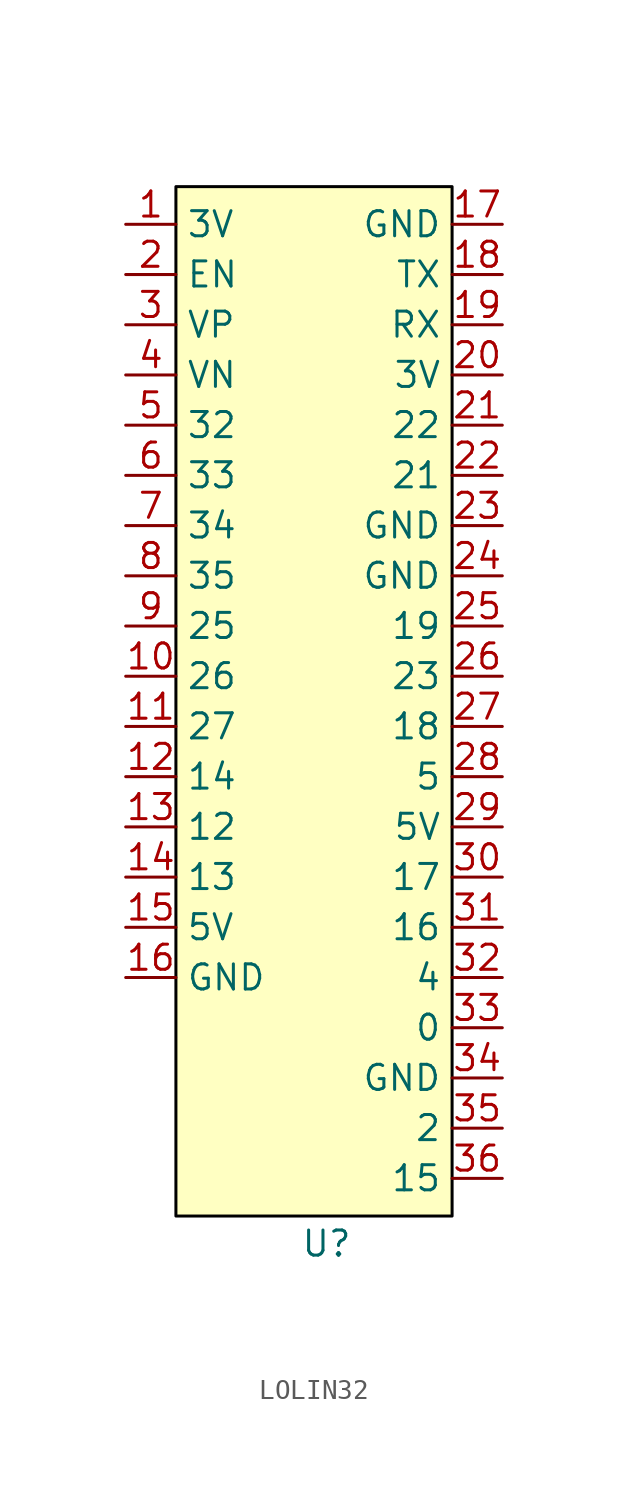
<source format=kicad_sym>
(kicad_symbol_lib
  (version 20241209)
  (generator "kicad_symbol_editor")
  (generator_version "9.0")
  (symbol "LOLIN32"
    (property "Reference" "U"
      (at 0 -27.432 0)
      (effects (font (size 1.27 1.27))))
    (property "Value" ""
      (at 0 1.27 0)
      (effects (font (size 1.27 1.27))))
    (symbol "LOLIN32_1_1"
      (rectangle (start -7.62 26.035) (end 6.35 -26.035) (stroke (width 0) (type default) (color 0 0 0 1)) (fill (type background)))
      (pin input line (at -10.16 24.13 0) (length 2.54) (name "3V" (effects (font (size 1.27 1.27)))) (number "1" (effects (font (size 1.27 1.27)))))
      (pin input line (at -10.16 21.59 0) (length 2.54) (name "EN" (effects (font (size 1.27 1.27)))) (number "2" (effects (font (size 1.27 1.27)))))
      (pin input line (at -10.16 19.05 0) (length 2.54) (name "VP" (effects (font (size 1.27 1.27)))) (number "3" (effects (font (size 1.27 1.27)))))
      (pin input line (at -10.16 16.51 0) (length 2.54) (name "VN" (effects (font (size 1.27 1.27)))) (number "4" (effects (font (size 1.27 1.27)))))
      (pin input line (at -10.16 13.97 0) (length 2.54) (name "32" (effects (font (size 1.27 1.27)))) (number "5" (effects (font (size 1.27 1.27)))))
      (pin input line (at -10.16 11.43 0) (length 2.54) (name "33" (effects (font (size 1.27 1.27)))) (number "6" (effects (font (size 1.27 1.27)))))
      (pin input line (at -10.16 8.89 0) (length 2.54) (name "34" (effects (font (size 1.27 1.27)))) (number "7" (effects (font (size 1.27 1.27)))))
      (pin input line (at -10.16 6.35 0) (length 2.54) (name "35" (effects (font (size 1.27 1.27)))) (number "8" (effects (font (size 1.27 1.27)))))
      (pin input line (at -10.16 3.81 0) (length 2.54) (name "25" (effects (font (size 1.27 1.27)))) (number "9" (effects (font (size 1.27 1.27)))))
      (pin input line (at -10.16 1.27 0) (length 2.54) (name "26" (effects (font (size 1.27 1.27)))) (number "10" (effects (font (size 1.27 1.27)))))
      (pin input line (at -10.16 -1.27 0) (length 2.54) (name "27" (effects (font (size 1.27 1.27)))) (number "11" (effects (font (size 1.27 1.27)))))
      (pin input line (at -10.16 -3.81 0) (length 2.54) (name "14" (effects (font (size 1.27 1.27)))) (number "12" (effects (font (size 1.27 1.27)))))
      (pin input line (at -10.16 -6.35 0) (length 2.54) (name "12" (effects (font (size 1.27 1.27)))) (number "13" (effects (font (size 1.27 1.27)))))
      (pin input line (at -10.16 -8.89 0) (length 2.54) (name "13" (effects (font (size 1.27 1.27)))) (number "14" (effects (font (size 1.27 1.27)))))
      (pin input line (at -10.16 -11.43 0) (length 2.54) (name "5V" (effects (font (size 1.27 1.27)))) (number "15" (effects (font (size 1.27 1.27)))))
      (pin input line (at -10.16 -13.97 0) (length 2.54) (name "GND" (effects (font (size 1.27 1.27)))) (number "16" (effects (font (size 1.27 1.27)))))
      (pin input line (at 8.89 24.13 180) (length 2.54) (name "GND" (effects (font (size 1.27 1.27)))) (number "17" (effects (font (size 1.27 1.27)))))
      (pin input line (at 8.89 21.59 180) (length 2.54) (name "TX" (effects (font (size 1.27 1.27)))) (number "18" (effects (font (size 1.27 1.27)))))
      (pin input line (at 8.89 19.05 180) (length 2.54) (name "RX" (effects (font (size 1.27 1.27)))) (number "19" (effects (font (size 1.27 1.27)))))
      (pin input line (at 8.89 16.51 180) (length 2.54) (name "3V" (effects (font (size 1.27 1.27)))) (number "20" (effects (font (size 1.27 1.27)))))
      (pin input line (at 8.89 13.97 180) (length 2.54) (name "22" (effects (font (size 1.27 1.27)))) (number "21" (effects (font (size 1.27 1.27)))))
      (pin input line (at 8.89 11.43 180) (length 2.54) (name "21" (effects (font (size 1.27 1.27)))) (number "22" (effects (font (size 1.27 1.27)))))
      (pin input line (at 8.89 8.89 180) (length 2.54) (name "GND" (effects (font (size 1.27 1.27)))) (number "23" (effects (font (size 1.27 1.27)))))
      (pin input line (at 8.89 6.35 180) (length 2.54) (name "GND" (effects (font (size 1.27 1.27)))) (number "24" (effects (font (size 1.27 1.27)))))
      (pin input line (at 8.89 3.81 180) (length 2.54) (name "19" (effects (font (size 1.27 1.27)))) (number "25" (effects (font (size 1.27 1.27)))))
      (pin input line (at 8.89 1.27 180) (length 2.54) (name "23" (effects (font (size 1.27 1.27)))) (number "26" (effects (font (size 1.27 1.27)))))
      (pin input line (at 8.89 -1.27 180) (length 2.54) (name "18" (effects (font (size 1.27 1.27)))) (number "27" (effects (font (size 1.27 1.27)))))
      (pin input line (at 8.89 -3.81 180) (length 2.54) (name "5" (effects (font (size 1.27 1.27)))) (number "28" (effects (font (size 1.27 1.27)))))
      (pin input line (at 8.89 -6.35 180) (length 2.54) (name "5V" (effects (font (size 1.27 1.27)))) (number "29" (effects (font (size 1.27 1.27)))))
      (pin input line (at 8.89 -8.89 180) (length 2.54) (name "17" (effects (font (size 1.27 1.27)))) (number "30" (effects (font (size 1.27 1.27)))))
      (pin input line (at 8.89 -11.43 180) (length 2.54) (name "16" (effects (font (size 1.27 1.27)))) (number "31" (effects (font (size 1.27 1.27)))))
      (pin input line (at 8.89 -13.97 180) (length 2.54) (name "4" (effects (font (size 1.27 1.27)))) (number "32" (effects (font (size 1.27 1.27)))))
      (pin input line (at 8.89 -16.51 180) (length 2.54) (name "0" (effects (font (size 1.27 1.27)))) (number "33" (effects (font (size 1.27 1.27)))))
      (pin input line (at 8.89 -19.05 180) (length 2.54) (name "GND" (effects (font (size 1.27 1.27)))) (number "34" (effects (font (size 1.27 1.27)))))
      (pin input line (at 8.89 -21.59 180) (length 2.54) (name "2" (effects (font (size 1.27 1.27)))) (number "35" (effects (font (size 1.27 1.27)))))
      (pin input line (at 8.89 -24.13 180) (length 2.54) (name "15" (effects (font (size 1.27 1.27)))) (number "36" (effects (font (size 1.27 1.27))))))))
</source>
